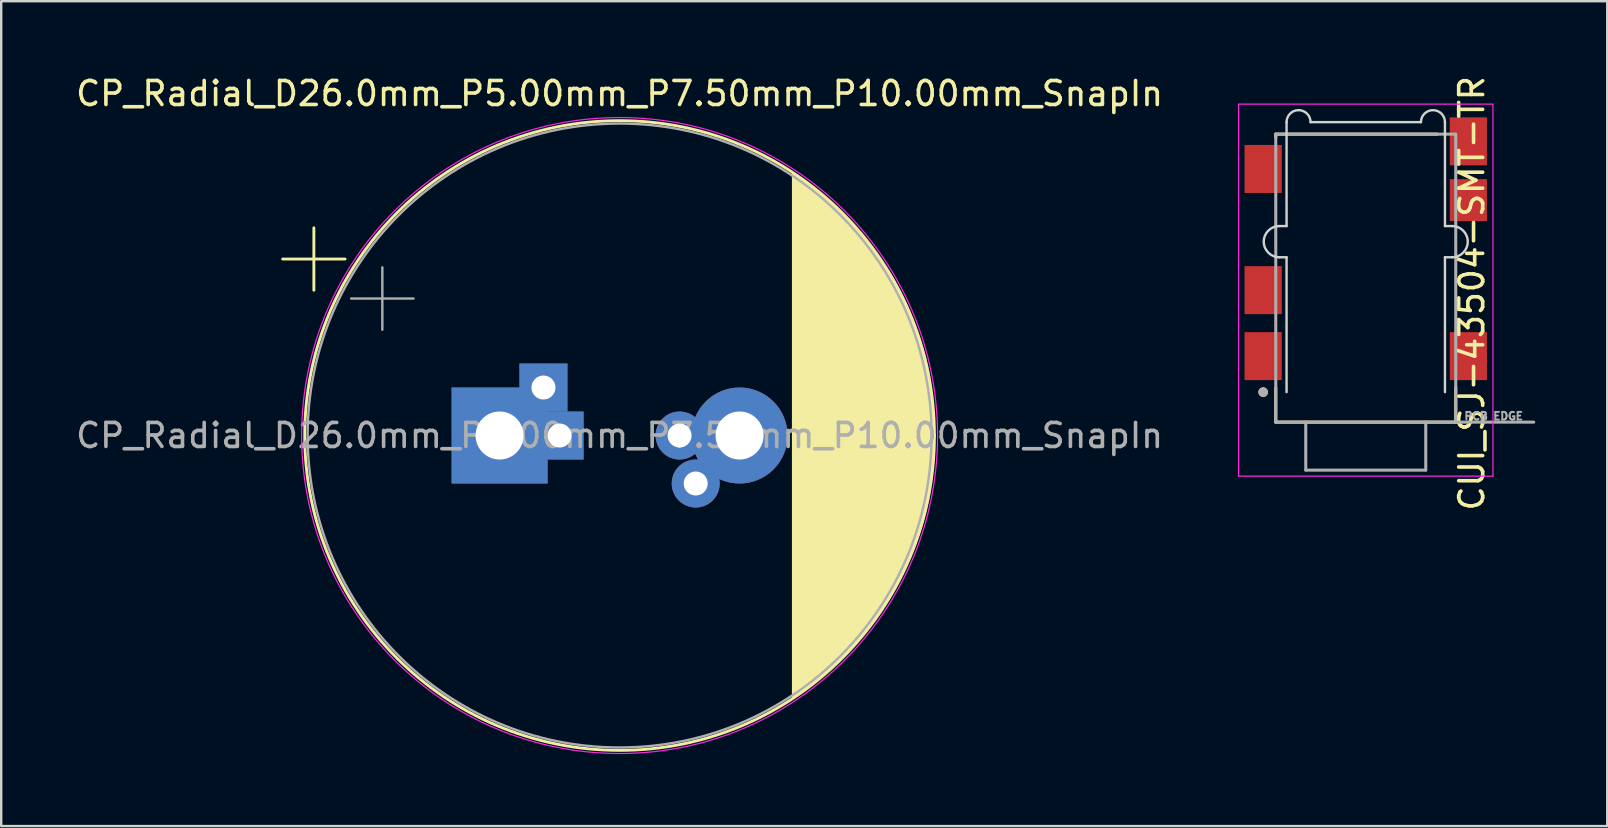
<source format=kicad_pcb>
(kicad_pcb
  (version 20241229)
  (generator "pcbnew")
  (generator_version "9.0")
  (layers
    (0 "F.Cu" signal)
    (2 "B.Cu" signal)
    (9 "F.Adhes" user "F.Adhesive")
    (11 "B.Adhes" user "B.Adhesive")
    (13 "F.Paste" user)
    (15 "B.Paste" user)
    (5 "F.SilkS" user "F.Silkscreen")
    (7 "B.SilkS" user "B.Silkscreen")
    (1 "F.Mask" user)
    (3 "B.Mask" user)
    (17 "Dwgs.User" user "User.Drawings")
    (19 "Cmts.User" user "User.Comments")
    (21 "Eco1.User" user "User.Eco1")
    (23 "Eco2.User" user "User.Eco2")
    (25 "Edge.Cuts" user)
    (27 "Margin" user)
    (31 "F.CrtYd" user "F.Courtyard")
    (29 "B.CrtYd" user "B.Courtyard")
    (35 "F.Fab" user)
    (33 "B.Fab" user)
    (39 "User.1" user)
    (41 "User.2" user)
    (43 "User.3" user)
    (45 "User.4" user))
  (footprint "CUI_SJ-43504-SMT-TR"
    (layer "F.Cu")
    (at 49.686 11.79)
    (property "Reference" "CUI_SJ-43504-SMT-TR" (at 8.592 -2.618 90) (layer "F.SilkS") (effects (font (size 1 1) (thickness 0.15))))
    (attr smd)
    (fp_line (start 0.425 -9.12) (end 0.425 -9.25) (stroke (width 0.127) (type solid)) (layer "F.SilkS"))
    (fp_line (start 0.425 2.75) (end 0.425 1.32) (stroke (width 0.127) (type solid)) (layer "F.SilkS"))
    (fp_line (start 7.155 -9.25) (end 0.425 -9.25) (stroke (width 0.127) (type solid)) (layer "F.SilkS"))
    (fp_line (start 7.925 1.32) (end 7.925 2.75) (stroke (width 0.127) (type solid)) (layer "F.SilkS"))
    (fp_line (start 7.925 2.75) (end 0.425 2.75) (stroke (width 0.127) (type solid)) (layer "F.SilkS"))
    (fp_circle (center -0.1 1.5) (end 0 1.5) (stroke (width 0.2) (type solid)) (fill no) (layer "F.SilkS"))
    (fp_line (start 0.575 -5.42) (end 0.875 -5.42) (stroke (width 0.1) (type solid)) (layer "Edge.Cuts"))
    (fp_line (start 0.875 -9.75) (end 0.875 -5.42) (stroke (width 0.1) (type solid)) (layer "Edge.Cuts"))
    (fp_line (start 0.875 -4.12) (end 0.575 -4.12) (stroke (width 0.1) (type solid)) (layer "Edge.Cuts"))
    (fp_line (start 0.875 1.5) (end 0.875 -4.12) (stroke (width 0.1) (type solid)) (layer "Edge.Cuts"))
    (fp_line (start 6.475 -9.75) (end 1.875 -9.75) (stroke (width 0.1) (type solid)) (layer "Edge.Cuts"))
    (fp_line (start 7.475 -9.75) (end 7.475 -5.42) (stroke (width 0.1) (type solid)) (layer "Edge.Cuts"))
    (fp_line (start 7.475 -5.42) (end 7.775 -5.42) (stroke (width 0.1) (type solid)) (layer "Edge.Cuts"))
    (fp_line (start 7.475 -4.12) (end 7.475 1.5) (stroke (width 0.1) (type solid)) (layer "Edge.Cuts"))
    (fp_line (start 7.775 -4.12) (end 7.475 -4.12) (stroke (width 0.1) (type solid)) (layer "Edge.Cuts"))
    (fp_arc (start 0.575 -4.12) (mid -0.075 -4.77) (end 0.575 -5.42) (stroke (width 0.1) (type solid)) (layer "Edge.Cuts"))
    (fp_arc (start 0.875 -9.75) (mid 1.375 -10.25) (end 1.875 -9.75) (stroke (width 0.1) (type solid)) (layer "Edge.Cuts"))
    (fp_arc (start 6.475 -9.75) (mid 6.975 -10.25) (end 7.475 -9.75) (stroke (width 0.1) (type solid)) (layer "Edge.Cuts"))
    (fp_arc (start 7.775 -5.42) (mid 8.425 -4.77) (end 7.775 -4.12) (stroke (width 0.1) (type solid)) (layer "Edge.Cuts"))
    (fp_line (start -1.125 -10.5) (end -1.125 5) (stroke (width 0.05) (type solid)) (layer "F.CrtYd"))
    (fp_line (start -1.125 5) (end 9.475 5) (stroke (width 0.05) (type solid)) (layer "F.CrtYd"))
    (fp_line (start 9.475 -10.5) (end -1.125 -10.5) (stroke (width 0.05) (type solid)) (layer "F.CrtYd"))
    (fp_line (start 9.475 5) (end 9.475 -10.5) (stroke (width 0.05) (type solid)) (layer "F.CrtYd"))
    (fp_line (start 0.425 2.75) (end 0.425 -9.25) (stroke (width 0.127) (type solid)) (layer "F.Fab"))
    (fp_line (start 1.675 2.75) (end 0.425 2.75) (stroke (width 0.127) (type solid)) (layer "F.Fab"))
    (fp_line (start 1.675 4.75) (end 1.675 2.75) (stroke (width 0.127) (type solid)) (layer "F.Fab"))
    (fp_line (start 6.675 2.75) (end 1.675 2.75) (stroke (width 0.127) (type solid)) (layer "F.Fab"))
    (fp_line (start 6.675 4.75) (end 1.675 4.75) (stroke (width 0.127) (type solid)) (layer "F.Fab"))
    (fp_line (start 6.675 4.75) (end 6.675 2.75) (stroke (width 0.127) (type solid)) (layer "F.Fab"))
    (fp_line (start 7.925 -9.25) (end 0.425 -9.25) (stroke (width 0.127) (type solid)) (layer "F.Fab"))
    (fp_line (start 7.925 -9.25) (end 7.925 2.75) (stroke (width 0.127) (type solid)) (layer "F.Fab"))
    (fp_line (start 7.925 2.75) (end 6.675 2.75) (stroke (width 0.127) (type solid)) (layer "F.Fab"))
    (fp_line (start 11.175 2.75) (end 7.925 2.75) (stroke (width 0.127) (type solid)) (layer "F.Fab"))
    (fp_circle (center -0.1 1.5) (end 0 1.5) (stroke (width 0.2) (type solid)) (fill no) (layer "F.Fab"))
    (fp_text user "PCB EDGE" (at 9.505 2.5 0) (layer "F.Fab") (effects (font (size 0.32 0.32) (thickness 0.15))))
    (pad "1" smd rect (at -0.1 0) (size 1.55 2) (layers "F.Cu" "F.Mask" "F.Paste"))
    (pad "2" smd rect (at 8.45 -6.5) (size 1.55 1.75) (layers "F.Cu" "F.Mask" "F.Paste"))
    (pad "3" smd rect (at -0.1 -2.75) (size 1.55 2) (layers "F.Cu" "F.Mask" "F.Paste"))
    (pad "4" smd rect (at 8.45 0) (size 1.55 2) (layers "F.Cu" "F.Mask" "F.Paste"))
    (pad "5" smd rect (at 8.45 -8.95) (size 1.55 2) (layers "F.Cu" "F.Mask" "F.Paste"))
    (pad "6" smd rect (at -0.1 -7.8) (size 1.55 2) (layers "F.Cu" "F.Mask" "F.Paste")))
  (footprint "CP_Radial_D26.0mm_P5.00mm_P7.50mm_P10.00mm_SnapIn"
    (layer "F.Cu")
    (at 17.768 15.098)
    (property "Reference" "CP_Radial_D26.0mm_P5.00mm_P7.50mm_P10.00mm_SnapIn" (at 5 -14.25 0) (layer "F.SilkS") (effects (font (size 1 1) (thickness 0.15))))
    (attr through_hole)
    (fp_line (start -9.039 -7.355) (end -6.439 -7.355) (stroke (width 0.12) (type solid)) (layer "F.SilkS"))
    (fp_line (start -7.739 -8.655) (end -7.739 -6.055) (stroke (width 0.12) (type solid)) (layer "F.SilkS"))
    (fp_line (start 12.241 -10.902) (end 12.241 10.902) (stroke (width 0.12) (type solid)) (layer "F.SilkS"))
    (fp_line (start 12.281 -10.875) (end 12.281 10.875) (stroke (width 0.12) (type solid)) (layer "F.SilkS"))
    (fp_line (start 12.321 -10.849) (end 12.321 10.849) (stroke (width 0.12) (type solid)) (layer "F.SilkS"))
    (fp_line (start 12.361 -10.822) (end 12.361 10.822) (stroke (width 0.12) (type solid)) (layer "F.SilkS"))
    (fp_line (start 12.401 -10.794) (end 12.401 10.794) (stroke (width 0.12) (type solid)) (layer "F.SilkS"))
    (fp_line (start 12.441 -10.767) (end 12.441 10.767) (stroke (width 0.12) (type solid)) (layer "F.SilkS"))
    (fp_line (start 12.481 -10.739) (end 12.481 10.739) (stroke (width 0.12) (type solid)) (layer "F.SilkS"))
    (fp_line (start 12.521 -10.711) (end 12.521 10.711) (stroke (width 0.12) (type solid)) (layer "F.SilkS"))
    (fp_line (start 12.561 -10.683) (end 12.561 10.683) (stroke (width 0.12) (type solid)) (layer "F.SilkS"))
    (fp_line (start 12.601 -10.655) (end 12.601 10.655) (stroke (width 0.12) (type solid)) (layer "F.SilkS"))
    (fp_line (start 12.641 -10.627) (end 12.641 10.627) (stroke (width 0.12) (type solid)) (layer "F.SilkS"))
    (fp_line (start 12.681 -10.598) (end 12.681 10.598) (stroke (width 0.12) (type solid)) (layer "F.SilkS"))
    (fp_line (start 12.721 -10.569) (end 12.721 10.569) (stroke (width 0.12) (type solid)) (layer "F.SilkS"))
    (fp_line (start 12.761 -10.54) (end 12.761 10.54) (stroke (width 0.12) (type solid)) (layer "F.SilkS"))
    (fp_line (start 12.801 -10.51) (end 12.801 10.51) (stroke (width 0.12) (type solid)) (layer "F.SilkS"))
    (fp_line (start 12.841 -10.48) (end 12.841 10.48) (stroke (width 0.12) (type solid)) (layer "F.SilkS"))
    (fp_line (start 12.881 -10.45) (end 12.881 10.45) (stroke (width 0.12) (type solid)) (layer "F.SilkS"))
    (fp_line (start 12.921 -10.42) (end 12.921 10.42) (stroke (width 0.12) (type solid)) (layer "F.SilkS"))
    (fp_line (start 12.961 -10.39) (end 12.961 10.39) (stroke (width 0.12) (type solid)) (layer "F.SilkS"))
    (fp_line (start 13.001 -10.359) (end 13.001 10.359) (stroke (width 0.12) (type solid)) (layer "F.SilkS"))
    (fp_line (start 13.041 -10.328) (end 13.041 10.328) (stroke (width 0.12) (type solid)) (layer "F.SilkS"))
    (fp_line (start 13.081 -10.297) (end 13.081 10.297) (stroke (width 0.12) (type solid)) (layer "F.SilkS"))
    (fp_line (start 13.121 -10.266) (end 13.121 10.266) (stroke (width 0.12) (type solid)) (layer "F.SilkS"))
    (fp_line (start 13.161 -10.234) (end 13.161 10.234) (stroke (width 0.12) (type solid)) (layer "F.SilkS"))
    (fp_line (start 13.2 -10.202) (end 13.2 10.202) (stroke (width 0.12) (type solid)) (layer "F.SilkS"))
    (fp_line (start 13.24 -10.17) (end 13.24 10.17) (stroke (width 0.12) (type solid)) (layer "F.SilkS"))
    (fp_line (start 13.28 -10.138) (end 13.28 10.138) (stroke (width 0.12) (type solid)) (layer "F.SilkS"))
    (fp_line (start 13.32 -10.105) (end 13.32 10.105) (stroke (width 0.12) (type solid)) (layer "F.SilkS"))
    (fp_line (start 13.36 -10.072) (end 13.36 10.072) (stroke (width 0.12) (type solid)) (layer "F.SilkS"))
    (fp_line (start 13.4 -10.039) (end 13.4 10.039) (stroke (width 0.12) (type solid)) (layer "F.SilkS"))
    (fp_line (start 13.44 -10.005) (end 13.44 10.005) (stroke (width 0.12) (type solid)) (layer "F.SilkS"))
    (fp_line (start 13.48 -9.972) (end 13.48 9.972) (stroke (width 0.12) (type solid)) (layer "F.SilkS"))
    (fp_line (start 13.52 -9.938) (end 13.52 9.938) (stroke (width 0.12) (type solid)) (layer "F.SilkS"))
    (fp_line (start 13.56 -9.903) (end 13.56 9.903) (stroke (width 0.12) (type solid)) (layer "F.SilkS"))
    (fp_line (start 13.6 -9.869) (end 13.6 9.869) (stroke (width 0.12) (type solid)) (layer "F.SilkS"))
    (fp_line (start 13.64 -9.834) (end 13.64 9.834) (stroke (width 0.12) (type solid)) (layer "F.SilkS"))
    (fp_line (start 13.68 -9.799) (end 13.68 9.799) (stroke (width 0.12) (type solid)) (layer "F.SilkS"))
    (fp_line (start 13.72 -9.763) (end 13.72 9.763) (stroke (width 0.12) (type solid)) (layer "F.SilkS"))
    (fp_line (start 13.76 -9.728) (end 13.76 9.728) (stroke (width 0.12) (type solid)) (layer "F.SilkS"))
    (fp_line (start 13.8 -9.692) (end 13.8 9.692) (stroke (width 0.12) (type solid)) (layer "F.SilkS"))
    (fp_line (start 13.84 -9.655) (end 13.84 9.655) (stroke (width 0.12) (type solid)) (layer "F.SilkS"))
    (fp_line (start 13.88 -9.619) (end 13.88 9.619) (stroke (width 0.12) (type solid)) (layer "F.SilkS"))
    (fp_line (start 13.92 -9.582) (end 13.92 9.582) (stroke (width 0.12) (type solid)) (layer "F.SilkS"))
    (fp_line (start 13.96 -9.544) (end 13.96 9.544) (stroke (width 0.12) (type solid)) (layer "F.SilkS"))
    (fp_line (start 14 -9.507) (end 14 9.507) (stroke (width 0.12) (type solid)) (layer "F.SilkS"))
    (fp_line (start 14.04 -9.469) (end 14.04 9.469) (stroke (width 0.12) (type solid)) (layer "F.SilkS"))
    (fp_line (start 14.08 -9.431) (end 14.08 9.431) (stroke (width 0.12) (type solid)) (layer "F.SilkS"))
    (fp_line (start 14.12 -9.392) (end 14.12 9.392) (stroke (width 0.12) (type solid)) (layer "F.SilkS"))
    (fp_line (start 14.16 -9.354) (end 14.16 9.354) (stroke (width 0.12) (type solid)) (layer "F.SilkS"))
    (fp_line (start 14.2 -9.314) (end 14.2 9.314) (stroke (width 0.12) (type solid)) (layer "F.SilkS"))
    (fp_line (start 14.24 -9.275) (end 14.24 9.275) (stroke (width 0.12) (type solid)) (layer "F.SilkS"))
    (fp_line (start 14.28 -9.235) (end 14.28 9.235) (stroke (width 0.12) (type solid)) (layer "F.SilkS"))
    (fp_line (start 14.32 -9.195) (end 14.32 9.195) (stroke (width 0.12) (type solid)) (layer "F.SilkS"))
    (fp_line (start 14.36 -9.154) (end 14.36 9.154) (stroke (width 0.12) (type solid)) (layer "F.SilkS"))
    (fp_line (start 14.4 -9.113) (end 14.4 9.113) (stroke (width 0.12) (type solid)) (layer "F.SilkS"))
    (fp_line (start 14.44 -9.072) (end 14.44 9.072) (stroke (width 0.12) (type solid)) (layer "F.SilkS"))
    (fp_line (start 14.48 -9.03) (end 14.48 9.03) (stroke (width 0.12) (type solid)) (layer "F.SilkS"))
    (fp_line (start 14.52 -8.988) (end 14.52 8.988) (stroke (width 0.12) (type solid)) (layer "F.SilkS"))
    (fp_line (start 14.56 -8.946) (end 14.56 8.946) (stroke (width 0.12) (type solid)) (layer "F.SilkS"))
    (fp_line (start 14.6 -8.903) (end 14.6 8.903) (stroke (width 0.12) (type solid)) (layer "F.SilkS"))
    (fp_line (start 14.64 -8.86) (end 14.64 8.86) (stroke (width 0.12) (type solid)) (layer "F.SilkS"))
    (fp_line (start 14.68 -8.817) (end 14.68 8.817) (stroke (width 0.12) (type solid)) (layer "F.SilkS"))
    (fp_line (start 14.72 -8.773) (end 14.72 8.773) (stroke (width 0.12) (type solid)) (layer "F.SilkS"))
    (fp_line (start 14.76 -8.728) (end 14.76 8.728) (stroke (width 0.12) (type solid)) (layer "F.SilkS"))
    (fp_line (start 14.8 -8.684) (end 14.8 8.684) (stroke (width 0.12) (type solid)) (layer "F.SilkS"))
    (fp_line (start 14.84 -8.639) (end 14.84 8.639) (stroke (width 0.12) (type solid)) (layer "F.SilkS"))
    (fp_line (start 14.88 -8.593) (end 14.88 8.593) (stroke (width 0.12) (type solid)) (layer "F.SilkS"))
    (fp_line (start 14.92 -8.547) (end 14.92 8.547) (stroke (width 0.12) (type solid)) (layer "F.SilkS"))
    (fp_line (start 14.96 -8.501) (end 14.96 8.501) (stroke (width 0.12) (type solid)) (layer "F.SilkS"))
    (fp_line (start 15 -8.454) (end 15 8.454) (stroke (width 0.12) (type solid)) (layer "F.SilkS"))
    (fp_line (start 15.04 -8.406) (end 15.04 8.406) (stroke (width 0.12) (type solid)) (layer "F.SilkS"))
    (fp_line (start 15.08 -8.359) (end 15.08 8.359) (stroke (width 0.12) (type solid)) (layer "F.SilkS"))
    (fp_line (start 15.12 -8.31) (end 15.12 8.31) (stroke (width 0.12) (type solid)) (layer "F.SilkS"))
    (fp_line (start 15.16 -8.262) (end 15.16 8.262) (stroke (width 0.12) (type solid)) (layer "F.SilkS"))
    (fp_line (start 15.2 -8.212) (end 15.2 8.212) (stroke (width 0.12) (type solid)) (layer "F.SilkS"))
    (fp_line (start 15.24 -8.163) (end 15.24 8.163) (stroke (width 0.12) (type solid)) (layer "F.SilkS"))
    (fp_line (start 15.28 -8.113) (end 15.28 8.113) (stroke (width 0.12) (type solid)) (layer "F.SilkS"))
    (fp_line (start 15.32 -8.062) (end 15.32 8.062) (stroke (width 0.12) (type solid)) (layer "F.SilkS"))
    (fp_line (start 15.36 -8.011) (end 15.36 8.011) (stroke (width 0.12) (type solid)) (layer "F.SilkS"))
    (fp_line (start 15.4 -7.959) (end 15.4 7.959) (stroke (width 0.12) (type solid)) (layer "F.SilkS"))
    (fp_line (start 15.44 -7.907) (end 15.44 7.907) (stroke (width 0.12) (type solid)) (layer "F.SilkS"))
    (fp_line (start 15.48 -7.854) (end 15.48 7.854) (stroke (width 0.12) (type solid)) (layer "F.SilkS"))
    (fp_line (start 15.52 -7.8) (end 15.52 7.8) (stroke (width 0.12) (type solid)) (layer "F.SilkS"))
    (fp_line (start 15.56 -7.746) (end 15.56 7.746) (stroke (width 0.12) (type solid)) (layer "F.SilkS"))
    (fp_line (start 15.6 -7.692) (end 15.6 7.692) (stroke (width 0.12) (type solid)) (layer "F.SilkS"))
    (fp_line (start 15.64 -7.637) (end 15.64 7.637) (stroke (width 0.12) (type solid)) (layer "F.SilkS"))
    (fp_line (start 15.68 -7.581) (end 15.68 7.581) (stroke (width 0.12) (type solid)) (layer "F.SilkS"))
    (fp_line (start 15.72 -7.525) (end 15.72 7.525) (stroke (width 0.12) (type solid)) (layer "F.SilkS"))
    (fp_line (start 15.76 -7.468) (end 15.76 7.468) (stroke (width 0.12) (type solid)) (layer "F.SilkS"))
    (fp_line (start 15.8 -7.41) (end 15.8 7.41) (stroke (width 0.12) (type solid)) (layer "F.SilkS"))
    (fp_line (start 15.84 -7.352) (end 15.84 7.352) (stroke (width 0.12) (type solid)) (layer "F.SilkS"))
    (fp_line (start 15.88 -7.293) (end 15.88 7.293) (stroke (width 0.12) (type solid)) (layer "F.SilkS"))
    (fp_line (start 15.92 -7.233) (end 15.92 7.233) (stroke (width 0.12) (type solid)) (layer "F.SilkS"))
    (fp_line (start 15.96 -7.172) (end 15.96 7.172) (stroke (width 0.12) (type solid)) (layer "F.SilkS"))
    (fp_line (start 16 -7.111) (end 16 7.111) (stroke (width 0.12) (type solid)) (layer "F.SilkS"))
    (fp_line (start 16.04 -7.049) (end 16.04 7.049) (stroke (width 0.12) (type solid)) (layer "F.SilkS"))
    (fp_line (start 16.08 -6.987) (end 16.08 6.987) (stroke (width 0.12) (type solid)) (layer "F.SilkS"))
    (fp_line (start 16.12 -6.923) (end 16.12 6.923) (stroke (width 0.12) (type solid)) (layer "F.SilkS"))
    (fp_line (start 16.16 -6.859) (end 16.16 6.859) (stroke (width 0.12) (type solid)) (layer "F.SilkS"))
    (fp_line (start 16.2 -6.794) (end 16.2 6.794) (stroke (width 0.12) (type solid)) (layer "F.SilkS"))
    (fp_line (start 16.24 -6.728) (end 16.24 6.728) (stroke (width 0.12) (type solid)) (layer "F.SilkS"))
    (fp_line (start 16.28 -6.661) (end 16.28 6.661) (stroke (width 0.12) (type solid)) (layer "F.SilkS"))
    (fp_line (start 16.32 -6.593) (end 16.32 6.593) (stroke (width 0.12) (type solid)) (layer "F.SilkS"))
    (fp_line (start 16.36 -6.524) (end 16.36 6.524) (stroke (width 0.12) (type solid)) (layer "F.SilkS"))
    (fp_line (start 16.4 -6.455) (end 16.4 6.455) (stroke (width 0.12) (type solid)) (layer "F.SilkS"))
    (fp_line (start 16.44 -6.384) (end 16.44 6.384) (stroke (width 0.12) (type solid)) (layer "F.SilkS"))
    (fp_line (start 16.48 -6.312) (end 16.48 6.312) (stroke (width 0.12) (type solid)) (layer "F.SilkS"))
    (fp_line (start 16.52 -6.239) (end 16.52 6.239) (stroke (width 0.12) (type solid)) (layer "F.SilkS"))
    (fp_line (start 16.56 -6.165) (end 16.56 6.165) (stroke (width 0.12) (type solid)) (layer "F.SilkS"))
    (fp_line (start 16.6 -6.09) (end 16.6 6.09) (stroke (width 0.12) (type solid)) (layer "F.SilkS"))
    (fp_line (start 16.64 -6.014) (end 16.64 6.014) (stroke (width 0.12) (type solid)) (layer "F.SilkS"))
    (fp_line (start 16.68 -5.936) (end 16.68 5.936) (stroke (width 0.12) (type solid)) (layer "F.SilkS"))
    (fp_line (start 16.72 -5.858) (end 16.72 5.858) (stroke (width 0.12) (type solid)) (layer "F.SilkS"))
    (fp_line (start 16.76 -5.777) (end 16.76 5.777) (stroke (width 0.12) (type solid)) (layer "F.SilkS"))
    (fp_line (start 16.8 -5.696) (end 16.8 5.696) (stroke (width 0.12) (type solid)) (layer "F.SilkS"))
    (fp_line (start 16.84 -5.613) (end 16.84 5.613) (stroke (width 0.12) (type solid)) (layer "F.SilkS"))
    (fp_line (start 16.88 -5.528) (end 16.88 5.528) (stroke (width 0.12) (type solid)) (layer "F.SilkS"))
    (fp_line (start 16.92 -5.442) (end 16.92 5.442) (stroke (width 0.12) (type solid)) (layer "F.SilkS"))
    (fp_line (start 16.96 -5.354) (end 16.96 5.354) (stroke (width 0.12) (type solid)) (layer "F.SilkS"))
    (fp_line (start 17 -5.265) (end 17 5.265) (stroke (width 0.12) (type solid)) (layer "F.SilkS"))
    (fp_line (start 17.04 -5.173) (end 17.04 5.173) (stroke (width 0.12) (type solid)) (layer "F.SilkS"))
    (fp_line (start 17.08 -5.08) (end 17.08 5.08) (stroke (width 0.12) (type solid)) (layer "F.SilkS"))
    (fp_line (start 17.12 -4.984) (end 17.12 4.984) (stroke (width 0.12) (type solid)) (layer "F.SilkS"))
    (fp_line (start 17.16 -4.887) (end 17.16 4.887) (stroke (width 0.12) (type solid)) (layer "F.SilkS"))
    (fp_line (start 17.2 -4.787) (end 17.2 4.787) (stroke (width 0.12) (type solid)) (layer "F.SilkS"))
    (fp_line (start 17.24 -4.685) (end 17.24 4.685) (stroke (width 0.12) (type solid)) (layer "F.SilkS"))
    (fp_line (start 17.28 -4.58) (end 17.28 4.58) (stroke (width 0.12) (type solid)) (layer "F.SilkS"))
    (fp_line (start 17.32 -4.472) (end 17.32 4.472) (stroke (width 0.12) (type solid)) (layer "F.SilkS"))
    (fp_line (start 17.36 -4.361) (end 17.36 4.361) (stroke (width 0.12) (type solid)) (layer "F.SilkS"))
    (fp_line (start 17.4 -4.247) (end 17.4 4.247) (stroke (width 0.12) (type solid)) (layer "F.SilkS"))
    (fp_line (start 17.44 -4.13) (end 17.44 4.13) (stroke (width 0.12) (type solid)) (layer "F.SilkS"))
    (fp_line (start 17.48 -4.008) (end 17.48 4.008) (stroke (width 0.12) (type solid)) (layer "F.SilkS"))
    (fp_line (start 17.52 -3.883) (end 17.52 3.883) (stroke (width 0.12) (type solid)) (layer "F.SilkS"))
    (fp_line (start 17.56 -3.753) (end 17.56 3.753) (stroke (width 0.12) (type solid)) (layer "F.SilkS"))
    (fp_line (start 17.6 -3.618) (end 17.6 3.618) (stroke (width 0.12) (type solid)) (layer "F.SilkS"))
    (fp_line (start 17.64 -3.477) (end 17.64 3.477) (stroke (width 0.12) (type solid)) (layer "F.SilkS"))
    (fp_line (start 17.68 -3.33) (end 17.68 3.33) (stroke (width 0.12) (type solid)) (layer "F.SilkS"))
    (fp_line (start 17.72 -3.175) (end 17.72 3.175) (stroke (width 0.12) (type solid)) (layer "F.SilkS"))
    (fp_line (start 17.76 -3.013) (end 17.76 3.013) (stroke (width 0.12) (type solid)) (layer "F.SilkS"))
    (fp_line (start 17.8 -2.841) (end 17.8 2.841) (stroke (width 0.12) (type solid)) (layer "F.SilkS"))
    (fp_line (start 17.84 -2.657) (end 17.84 2.657) (stroke (width 0.12) (type solid)) (layer "F.SilkS"))
    (fp_line (start 17.88 -2.458) (end 17.88 2.458) (stroke (width 0.12) (type solid)) (layer "F.SilkS"))
    (fp_line (start 17.92 -2.243) (end 17.92 2.243) (stroke (width 0.12) (type solid)) (layer "F.SilkS"))
    (fp_line (start 17.96 -2.003) (end 17.96 2.003) (stroke (width 0.12) (type solid)) (layer "F.SilkS"))
    (fp_line (start 18 -1.731) (end 18 1.731) (stroke (width 0.12) (type solid)) (layer "F.SilkS"))
    (fp_line (start 18.04 -1.407) (end 18.04 1.407) (stroke (width 0.12) (type solid)) (layer "F.SilkS"))
    (fp_line (start 18.08 -0.984) (end 18.08 0.984) (stroke (width 0.12) (type solid)) (layer "F.SilkS"))
    (fp_line (start 18.12 -0.04) (end 18.12 0.04) (stroke (width 0.12) (type solid)) (layer "F.SilkS"))
    (fp_circle (center 5 0) (end 18.12 0) (stroke (width 0.12) (type solid)) (fill no) (layer "F.SilkS"))
    (fp_circle (center 5 0) (end 18.25 0) (stroke (width 0.05) (type solid)) (fill no) (layer "F.CrtYd"))
    (fp_line (start -6.186 -5.707) (end -3.586 -5.707) (stroke (width 0.1) (type solid)) (layer "F.Fab"))
    (fp_line (start -4.886 -7.008) (end -4.886 -4.407) (stroke (width 0.1) (type solid)) (layer "F.Fab"))
    (fp_circle (center 5 0) (end 18 0) (stroke (width 0.1) (type solid)) (fill no) (layer "F.Fab"))
    (fp_text user "${REFERENCE}" (at 5 0 0) (layer "F.Fab") (effects (font (size 1 1) (thickness 0.15))))
    (pad "1" thru_hole rect (at 0 0) (size 4 4) (drill 2) (layers "*.Cu" "*.Mask"))
    (pad "1" thru_hole rect (at 1.828 -2) (size 2 2) (drill 1) (layers "*.Cu" "*.Mask"))
    (pad "1" thru_hole rect (at 2.5 0) (size 2 2) (drill 1) (layers "*.Cu" "*.Mask"))
    (pad "2" thru_hole circle (at 7.5 0) (size 2 2) (drill 1) (layers "*.Cu" "*.Mask"))
    (pad "2" thru_hole circle (at 8.172 2) (size 2 2) (drill 1) (layers "*.Cu" "*.Mask"))
    (pad "2" thru_hole circle (at 10 0) (size 4 4) (drill 2) (layers "*.Cu" "*.Mask")))
  (gr_rect
    (start -3 -3)
    (end 63.924 31.373)
    (stroke (width 0.1) (type default))
    (fill no)
    (layer "Edge.Cuts")))
</source>
